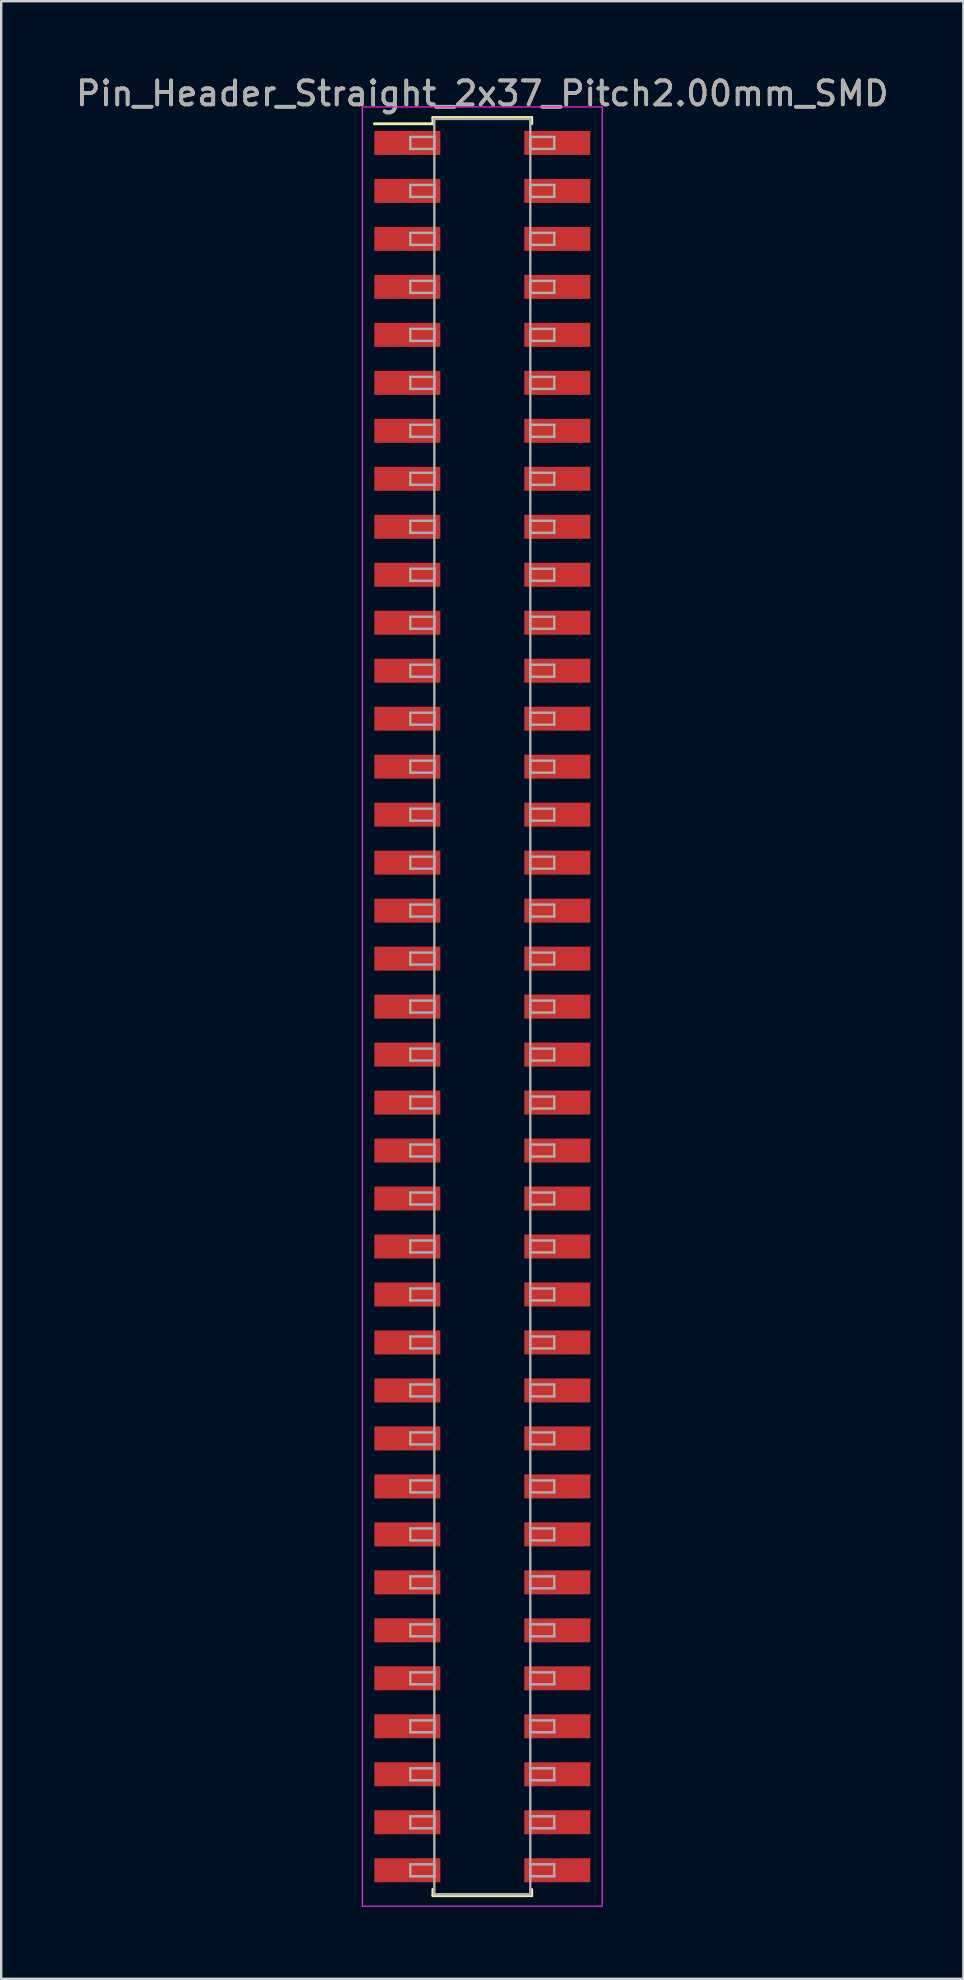
<source format=kicad_pcb>
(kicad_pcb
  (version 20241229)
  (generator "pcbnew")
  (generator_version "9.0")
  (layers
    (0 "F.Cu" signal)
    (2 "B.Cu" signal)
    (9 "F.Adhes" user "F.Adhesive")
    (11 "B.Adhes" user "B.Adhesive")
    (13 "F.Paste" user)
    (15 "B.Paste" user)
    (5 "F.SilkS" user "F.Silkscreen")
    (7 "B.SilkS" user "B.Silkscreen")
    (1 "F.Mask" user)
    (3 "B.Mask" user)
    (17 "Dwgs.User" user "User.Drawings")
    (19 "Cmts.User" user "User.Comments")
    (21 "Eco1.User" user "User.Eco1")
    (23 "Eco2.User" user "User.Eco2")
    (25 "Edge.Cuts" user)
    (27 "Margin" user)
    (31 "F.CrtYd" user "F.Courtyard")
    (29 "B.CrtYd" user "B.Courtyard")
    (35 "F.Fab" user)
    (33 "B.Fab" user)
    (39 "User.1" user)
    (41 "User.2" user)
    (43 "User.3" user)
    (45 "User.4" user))
  (footprint "Pin_Header_Straight_2x37_Pitch2.00mm_SMD"
    (layer "F.Cu")
    (at 17.054 38.908)
    (property "Reference" "Pin_Header_Straight_2x37_Pitch2.00mm_SMD" (at 0 -38.06 0) (layer "F.SilkS") (effects (font (size 1 1) (thickness 0.15))))
    (attr smd)
    (fp_line (start -4.5 -36.8) (end -2.06 -36.8) (stroke (width 0.12) (type solid)) (layer "F.SilkS"))
    (fp_line (start -2.06 -37.06) (end 2.06 -37.06) (stroke (width 0.12) (type solid)) (layer "F.SilkS"))
    (fp_line (start -2.06 -36.8) (end -2.06 -37.06) (stroke (width 0.12) (type solid)) (layer "F.SilkS"))
    (fp_line (start -2.06 36.8) (end -2.06 37.06) (stroke (width 0.12) (type solid)) (layer "F.SilkS"))
    (fp_line (start -2.06 37.06) (end 2.06 37.06) (stroke (width 0.12) (type solid)) (layer "F.SilkS"))
    (fp_line (start 2.06 -37.06) (end 2.06 -36.8) (stroke (width 0.12) (type solid)) (layer "F.SilkS"))
    (fp_line (start 2.06 37.06) (end 2.06 36.8) (stroke (width 0.12) (type solid)) (layer "F.SilkS"))
    (fp_line (start -5 -37.5) (end -5 37.5) (stroke (width 0.05) (type solid)) (layer "F.CrtYd"))
    (fp_line (start -5 37.5) (end 5 37.5) (stroke (width 0.05) (type solid)) (layer "F.CrtYd"))
    (fp_line (start 5 -37.5) (end -5 -37.5) (stroke (width 0.05) (type solid)) (layer "F.CrtYd"))
    (fp_line (start 5 37.5) (end 5 -37.5) (stroke (width 0.05) (type solid)) (layer "F.CrtYd"))
    (fp_line (start -3 -36.25) (end -2 -36.25) (stroke (width 0.1) (type solid)) (layer "F.Fab"))
    (fp_line (start -3 -35.75) (end -3 -36.25) (stroke (width 0.1) (type solid)) (layer "F.Fab"))
    (fp_line (start -3 -34.25) (end -2 -34.25) (stroke (width 0.1) (type solid)) (layer "F.Fab"))
    (fp_line (start -3 -33.75) (end -3 -34.25) (stroke (width 0.1) (type solid)) (layer "F.Fab"))
    (fp_line (start -3 -32.25) (end -2 -32.25) (stroke (width 0.1) (type solid)) (layer "F.Fab"))
    (fp_line (start -3 -31.75) (end -3 -32.25) (stroke (width 0.1) (type solid)) (layer "F.Fab"))
    (fp_line (start -3 -30.25) (end -2 -30.25) (stroke (width 0.1) (type solid)) (layer "F.Fab"))
    (fp_line (start -3 -29.75) (end -3 -30.25) (stroke (width 0.1) (type solid)) (layer "F.Fab"))
    (fp_line (start -3 -28.25) (end -2 -28.25) (stroke (width 0.1) (type solid)) (layer "F.Fab"))
    (fp_line (start -3 -27.75) (end -3 -28.25) (stroke (width 0.1) (type solid)) (layer "F.Fab"))
    (fp_line (start -3 -26.25) (end -2 -26.25) (stroke (width 0.1) (type solid)) (layer "F.Fab"))
    (fp_line (start -3 -25.75) (end -3 -26.25) (stroke (width 0.1) (type solid)) (layer "F.Fab"))
    (fp_line (start -3 -24.25) (end -2 -24.25) (stroke (width 0.1) (type solid)) (layer "F.Fab"))
    (fp_line (start -3 -23.75) (end -3 -24.25) (stroke (width 0.1) (type solid)) (layer "F.Fab"))
    (fp_line (start -3 -22.25) (end -2 -22.25) (stroke (width 0.1) (type solid)) (layer "F.Fab"))
    (fp_line (start -3 -21.75) (end -3 -22.25) (stroke (width 0.1) (type solid)) (layer "F.Fab"))
    (fp_line (start -3 -20.25) (end -2 -20.25) (stroke (width 0.1) (type solid)) (layer "F.Fab"))
    (fp_line (start -3 -19.75) (end -3 -20.25) (stroke (width 0.1) (type solid)) (layer "F.Fab"))
    (fp_line (start -3 -18.25) (end -2 -18.25) (stroke (width 0.1) (type solid)) (layer "F.Fab"))
    (fp_line (start -3 -17.75) (end -3 -18.25) (stroke (width 0.1) (type solid)) (layer "F.Fab"))
    (fp_line (start -3 -16.25) (end -2 -16.25) (stroke (width 0.1) (type solid)) (layer "F.Fab"))
    (fp_line (start -3 -15.75) (end -3 -16.25) (stroke (width 0.1) (type solid)) (layer "F.Fab"))
    (fp_line (start -3 -14.25) (end -2 -14.25) (stroke (width 0.1) (type solid)) (layer "F.Fab"))
    (fp_line (start -3 -13.75) (end -3 -14.25) (stroke (width 0.1) (type solid)) (layer "F.Fab"))
    (fp_line (start -3 -12.25) (end -2 -12.25) (stroke (width 0.1) (type solid)) (layer "F.Fab"))
    (fp_line (start -3 -11.75) (end -3 -12.25) (stroke (width 0.1) (type solid)) (layer "F.Fab"))
    (fp_line (start -3 -10.25) (end -2 -10.25) (stroke (width 0.1) (type solid)) (layer "F.Fab"))
    (fp_line (start -3 -9.75) (end -3 -10.25) (stroke (width 0.1) (type solid)) (layer "F.Fab"))
    (fp_line (start -3 -8.25) (end -2 -8.25) (stroke (width 0.1) (type solid)) (layer "F.Fab"))
    (fp_line (start -3 -7.75) (end -3 -8.25) (stroke (width 0.1) (type solid)) (layer "F.Fab"))
    (fp_line (start -3 -6.25) (end -2 -6.25) (stroke (width 0.1) (type solid)) (layer "F.Fab"))
    (fp_line (start -3 -5.75) (end -3 -6.25) (stroke (width 0.1) (type solid)) (layer "F.Fab"))
    (fp_line (start -3 -4.25) (end -2 -4.25) (stroke (width 0.1) (type solid)) (layer "F.Fab"))
    (fp_line (start -3 -3.75) (end -3 -4.25) (stroke (width 0.1) (type solid)) (layer "F.Fab"))
    (fp_line (start -3 -2.25) (end -2 -2.25) (stroke (width 0.1) (type solid)) (layer "F.Fab"))
    (fp_line (start -3 -1.75) (end -3 -2.25) (stroke (width 0.1) (type solid)) (layer "F.Fab"))
    (fp_line (start -3 -0.25) (end -2 -0.25) (stroke (width 0.1) (type solid)) (layer "F.Fab"))
    (fp_line (start -3 0.25) (end -3 -0.25) (stroke (width 0.1) (type solid)) (layer "F.Fab"))
    (fp_line (start -3 1.75) (end -2 1.75) (stroke (width 0.1) (type solid)) (layer "F.Fab"))
    (fp_line (start -3 2.25) (end -3 1.75) (stroke (width 0.1) (type solid)) (layer "F.Fab"))
    (fp_line (start -3 3.75) (end -2 3.75) (stroke (width 0.1) (type solid)) (layer "F.Fab"))
    (fp_line (start -3 4.25) (end -3 3.75) (stroke (width 0.1) (type solid)) (layer "F.Fab"))
    (fp_line (start -3 5.75) (end -2 5.75) (stroke (width 0.1) (type solid)) (layer "F.Fab"))
    (fp_line (start -3 6.25) (end -3 5.75) (stroke (width 0.1) (type solid)) (layer "F.Fab"))
    (fp_line (start -3 7.75) (end -2 7.75) (stroke (width 0.1) (type solid)) (layer "F.Fab"))
    (fp_line (start -3 8.25) (end -3 7.75) (stroke (width 0.1) (type solid)) (layer "F.Fab"))
    (fp_line (start -3 9.75) (end -2 9.75) (stroke (width 0.1) (type solid)) (layer "F.Fab"))
    (fp_line (start -3 10.25) (end -3 9.75) (stroke (width 0.1) (type solid)) (layer "F.Fab"))
    (fp_line (start -3 11.75) (end -2 11.75) (stroke (width 0.1) (type solid)) (layer "F.Fab"))
    (fp_line (start -3 12.25) (end -3 11.75) (stroke (width 0.1) (type solid)) (layer "F.Fab"))
    (fp_line (start -3 13.75) (end -2 13.75) (stroke (width 0.1) (type solid)) (layer "F.Fab"))
    (fp_line (start -3 14.25) (end -3 13.75) (stroke (width 0.1) (type solid)) (layer "F.Fab"))
    (fp_line (start -3 15.75) (end -2 15.75) (stroke (width 0.1) (type solid)) (layer "F.Fab"))
    (fp_line (start -3 16.25) (end -3 15.75) (stroke (width 0.1) (type solid)) (layer "F.Fab"))
    (fp_line (start -3 17.75) (end -2 17.75) (stroke (width 0.1) (type solid)) (layer "F.Fab"))
    (fp_line (start -3 18.25) (end -3 17.75) (stroke (width 0.1) (type solid)) (layer "F.Fab"))
    (fp_line (start -3 19.75) (end -2 19.75) (stroke (width 0.1) (type solid)) (layer "F.Fab"))
    (fp_line (start -3 20.25) (end -3 19.75) (stroke (width 0.1) (type solid)) (layer "F.Fab"))
    (fp_line (start -3 21.75) (end -2 21.75) (stroke (width 0.1) (type solid)) (layer "F.Fab"))
    (fp_line (start -3 22.25) (end -3 21.75) (stroke (width 0.1) (type solid)) (layer "F.Fab"))
    (fp_line (start -3 23.75) (end -2 23.75) (stroke (width 0.1) (type solid)) (layer "F.Fab"))
    (fp_line (start -3 24.25) (end -3 23.75) (stroke (width 0.1) (type solid)) (layer "F.Fab"))
    (fp_line (start -3 25.75) (end -2 25.75) (stroke (width 0.1) (type solid)) (layer "F.Fab"))
    (fp_line (start -3 26.25) (end -3 25.75) (stroke (width 0.1) (type solid)) (layer "F.Fab"))
    (fp_line (start -3 27.75) (end -2 27.75) (stroke (width 0.1) (type solid)) (layer "F.Fab"))
    (fp_line (start -3 28.25) (end -3 27.75) (stroke (width 0.1) (type solid)) (layer "F.Fab"))
    (fp_line (start -3 29.75) (end -2 29.75) (stroke (width 0.1) (type solid)) (layer "F.Fab"))
    (fp_line (start -3 30.25) (end -3 29.75) (stroke (width 0.1) (type solid)) (layer "F.Fab"))
    (fp_line (start -3 31.75) (end -2 31.75) (stroke (width 0.1) (type solid)) (layer "F.Fab"))
    (fp_line (start -3 32.25) (end -3 31.75) (stroke (width 0.1) (type solid)) (layer "F.Fab"))
    (fp_line (start -3 33.75) (end -2 33.75) (stroke (width 0.1) (type solid)) (layer "F.Fab"))
    (fp_line (start -3 34.25) (end -3 33.75) (stroke (width 0.1) (type solid)) (layer "F.Fab"))
    (fp_line (start -3 35.75) (end -2 35.75) (stroke (width 0.1) (type solid)) (layer "F.Fab"))
    (fp_line (start -3 36.25) (end -3 35.75) (stroke (width 0.1) (type solid)) (layer "F.Fab"))
    (fp_line (start -2 -37) (end -2 37) (stroke (width 0.1) (type solid)) (layer "F.Fab"))
    (fp_line (start -2 -36.25) (end -2 -35.75) (stroke (width 0.1) (type solid)) (layer "F.Fab"))
    (fp_line (start -2 -35.75) (end -3 -35.75) (stroke (width 0.1) (type solid)) (layer "F.Fab"))
    (fp_line (start -2 -34.25) (end -2 -33.75) (stroke (width 0.1) (type solid)) (layer "F.Fab"))
    (fp_line (start -2 -33.75) (end -3 -33.75) (stroke (width 0.1) (type solid)) (layer "F.Fab"))
    (fp_line (start -2 -32.25) (end -2 -31.75) (stroke (width 0.1) (type solid)) (layer "F.Fab"))
    (fp_line (start -2 -31.75) (end -3 -31.75) (stroke (width 0.1) (type solid)) (layer "F.Fab"))
    (fp_line (start -2 -30.25) (end -2 -29.75) (stroke (width 0.1) (type solid)) (layer "F.Fab"))
    (fp_line (start -2 -29.75) (end -3 -29.75) (stroke (width 0.1) (type solid)) (layer "F.Fab"))
    (fp_line (start -2 -28.25) (end -2 -27.75) (stroke (width 0.1) (type solid)) (layer "F.Fab"))
    (fp_line (start -2 -27.75) (end -3 -27.75) (stroke (width 0.1) (type solid)) (layer "F.Fab"))
    (fp_line (start -2 -26.25) (end -2 -25.75) (stroke (width 0.1) (type solid)) (layer "F.Fab"))
    (fp_line (start -2 -25.75) (end -3 -25.75) (stroke (width 0.1) (type solid)) (layer "F.Fab"))
    (fp_line (start -2 -24.25) (end -2 -23.75) (stroke (width 0.1) (type solid)) (layer "F.Fab"))
    (fp_line (start -2 -23.75) (end -3 -23.75) (stroke (width 0.1) (type solid)) (layer "F.Fab"))
    (fp_line (start -2 -22.25) (end -2 -21.75) (stroke (width 0.1) (type solid)) (layer "F.Fab"))
    (fp_line (start -2 -21.75) (end -3 -21.75) (stroke (width 0.1) (type solid)) (layer "F.Fab"))
    (fp_line (start -2 -20.25) (end -2 -19.75) (stroke (width 0.1) (type solid)) (layer "F.Fab"))
    (fp_line (start -2 -19.75) (end -3 -19.75) (stroke (width 0.1) (type solid)) (layer "F.Fab"))
    (fp_line (start -2 -18.25) (end -2 -17.75) (stroke (width 0.1) (type solid)) (layer "F.Fab"))
    (fp_line (start -2 -17.75) (end -3 -17.75) (stroke (width 0.1) (type solid)) (layer "F.Fab"))
    (fp_line (start -2 -16.25) (end -2 -15.75) (stroke (width 0.1) (type solid)) (layer "F.Fab"))
    (fp_line (start -2 -15.75) (end -3 -15.75) (stroke (width 0.1) (type solid)) (layer "F.Fab"))
    (fp_line (start -2 -14.25) (end -2 -13.75) (stroke (width 0.1) (type solid)) (layer "F.Fab"))
    (fp_line (start -2 -13.75) (end -3 -13.75) (stroke (width 0.1) (type solid)) (layer "F.Fab"))
    (fp_line (start -2 -12.25) (end -2 -11.75) (stroke (width 0.1) (type solid)) (layer "F.Fab"))
    (fp_line (start -2 -11.75) (end -3 -11.75) (stroke (width 0.1) (type solid)) (layer "F.Fab"))
    (fp_line (start -2 -10.25) (end -2 -9.75) (stroke (width 0.1) (type solid)) (layer "F.Fab"))
    (fp_line (start -2 -9.75) (end -3 -9.75) (stroke (width 0.1) (type solid)) (layer "F.Fab"))
    (fp_line (start -2 -8.25) (end -2 -7.75) (stroke (width 0.1) (type solid)) (layer "F.Fab"))
    (fp_line (start -2 -7.75) (end -3 -7.75) (stroke (width 0.1) (type solid)) (layer "F.Fab"))
    (fp_line (start -2 -6.25) (end -2 -5.75) (stroke (width 0.1) (type solid)) (layer "F.Fab"))
    (fp_line (start -2 -5.75) (end -3 -5.75) (stroke (width 0.1) (type solid)) (layer "F.Fab"))
    (fp_line (start -2 -4.25) (end -2 -3.75) (stroke (width 0.1) (type solid)) (layer "F.Fab"))
    (fp_line (start -2 -3.75) (end -3 -3.75) (stroke (width 0.1) (type solid)) (layer "F.Fab"))
    (fp_line (start -2 -2.25) (end -2 -1.75) (stroke (width 0.1) (type solid)) (layer "F.Fab"))
    (fp_line (start -2 -1.75) (end -3 -1.75) (stroke (width 0.1) (type solid)) (layer "F.Fab"))
    (fp_line (start -2 -0.25) (end -2 0.25) (stroke (width 0.1) (type solid)) (layer "F.Fab"))
    (fp_line (start -2 0.25) (end -3 0.25) (stroke (width 0.1) (type solid)) (layer "F.Fab"))
    (fp_line (start -2 1.75) (end -2 2.25) (stroke (width 0.1) (type solid)) (layer "F.Fab"))
    (fp_line (start -2 2.25) (end -3 2.25) (stroke (width 0.1) (type solid)) (layer "F.Fab"))
    (fp_line (start -2 3.75) (end -2 4.25) (stroke (width 0.1) (type solid)) (layer "F.Fab"))
    (fp_line (start -2 4.25) (end -3 4.25) (stroke (width 0.1) (type solid)) (layer "F.Fab"))
    (fp_line (start -2 5.75) (end -2 6.25) (stroke (width 0.1) (type solid)) (layer "F.Fab"))
    (fp_line (start -2 6.25) (end -3 6.25) (stroke (width 0.1) (type solid)) (layer "F.Fab"))
    (fp_line (start -2 7.75) (end -2 8.25) (stroke (width 0.1) (type solid)) (layer "F.Fab"))
    (fp_line (start -2 8.25) (end -3 8.25) (stroke (width 0.1) (type solid)) (layer "F.Fab"))
    (fp_line (start -2 9.75) (end -2 10.25) (stroke (width 0.1) (type solid)) (layer "F.Fab"))
    (fp_line (start -2 10.25) (end -3 10.25) (stroke (width 0.1) (type solid)) (layer "F.Fab"))
    (fp_line (start -2 11.75) (end -2 12.25) (stroke (width 0.1) (type solid)) (layer "F.Fab"))
    (fp_line (start -2 12.25) (end -3 12.25) (stroke (width 0.1) (type solid)) (layer "F.Fab"))
    (fp_line (start -2 13.75) (end -2 14.25) (stroke (width 0.1) (type solid)) (layer "F.Fab"))
    (fp_line (start -2 14.25) (end -3 14.25) (stroke (width 0.1) (type solid)) (layer "F.Fab"))
    (fp_line (start -2 15.75) (end -2 16.25) (stroke (width 0.1) (type solid)) (layer "F.Fab"))
    (fp_line (start -2 16.25) (end -3 16.25) (stroke (width 0.1) (type solid)) (layer "F.Fab"))
    (fp_line (start -2 17.75) (end -2 18.25) (stroke (width 0.1) (type solid)) (layer "F.Fab"))
    (fp_line (start -2 18.25) (end -3 18.25) (stroke (width 0.1) (type solid)) (layer "F.Fab"))
    (fp_line (start -2 19.75) (end -2 20.25) (stroke (width 0.1) (type solid)) (layer "F.Fab"))
    (fp_line (start -2 20.25) (end -3 20.25) (stroke (width 0.1) (type solid)) (layer "F.Fab"))
    (fp_line (start -2 21.75) (end -2 22.25) (stroke (width 0.1) (type solid)) (layer "F.Fab"))
    (fp_line (start -2 22.25) (end -3 22.25) (stroke (width 0.1) (type solid)) (layer "F.Fab"))
    (fp_line (start -2 23.75) (end -2 24.25) (stroke (width 0.1) (type solid)) (layer "F.Fab"))
    (fp_line (start -2 24.25) (end -3 24.25) (stroke (width 0.1) (type solid)) (layer "F.Fab"))
    (fp_line (start -2 25.75) (end -2 26.25) (stroke (width 0.1) (type solid)) (layer "F.Fab"))
    (fp_line (start -2 26.25) (end -3 26.25) (stroke (width 0.1) (type solid)) (layer "F.Fab"))
    (fp_line (start -2 27.75) (end -2 28.25) (stroke (width 0.1) (type solid)) (layer "F.Fab"))
    (fp_line (start -2 28.25) (end -3 28.25) (stroke (width 0.1) (type solid)) (layer "F.Fab"))
    (fp_line (start -2 29.75) (end -2 30.25) (stroke (width 0.1) (type solid)) (layer "F.Fab"))
    (fp_line (start -2 30.25) (end -3 30.25) (stroke (width 0.1) (type solid)) (layer "F.Fab"))
    (fp_line (start -2 31.75) (end -2 32.25) (stroke (width 0.1) (type solid)) (layer "F.Fab"))
    (fp_line (start -2 32.25) (end -3 32.25) (stroke (width 0.1) (type solid)) (layer "F.Fab"))
    (fp_line (start -2 33.75) (end -2 34.25) (stroke (width 0.1) (type solid)) (layer "F.Fab"))
    (fp_line (start -2 34.25) (end -3 34.25) (stroke (width 0.1) (type solid)) (layer "F.Fab"))
    (fp_line (start -2 35.75) (end -2 36.25) (stroke (width 0.1) (type solid)) (layer "F.Fab"))
    (fp_line (start -2 36.25) (end -3 36.25) (stroke (width 0.1) (type solid)) (layer "F.Fab"))
    (fp_line (start -2 37) (end 2 37) (stroke (width 0.1) (type solid)) (layer "F.Fab"))
    (fp_line (start 2 -37) (end -2 -37) (stroke (width 0.1) (type solid)) (layer "F.Fab"))
    (fp_line (start 2 -36.25) (end 2 -35.75) (stroke (width 0.1) (type solid)) (layer "F.Fab"))
    (fp_line (start 2 -35.75) (end 3 -35.75) (stroke (width 0.1) (type solid)) (layer "F.Fab"))
    (fp_line (start 2 -34.25) (end 2 -33.75) (stroke (width 0.1) (type solid)) (layer "F.Fab"))
    (fp_line (start 2 -33.75) (end 3 -33.75) (stroke (width 0.1) (type solid)) (layer "F.Fab"))
    (fp_line (start 2 -32.25) (end 2 -31.75) (stroke (width 0.1) (type solid)) (layer "F.Fab"))
    (fp_line (start 2 -31.75) (end 3 -31.75) (stroke (width 0.1) (type solid)) (layer "F.Fab"))
    (fp_line (start 2 -30.25) (end 2 -29.75) (stroke (width 0.1) (type solid)) (layer "F.Fab"))
    (fp_line (start 2 -29.75) (end 3 -29.75) (stroke (width 0.1) (type solid)) (layer "F.Fab"))
    (fp_line (start 2 -28.25) (end 2 -27.75) (stroke (width 0.1) (type solid)) (layer "F.Fab"))
    (fp_line (start 2 -27.75) (end 3 -27.75) (stroke (width 0.1) (type solid)) (layer "F.Fab"))
    (fp_line (start 2 -26.25) (end 2 -25.75) (stroke (width 0.1) (type solid)) (layer "F.Fab"))
    (fp_line (start 2 -25.75) (end 3 -25.75) (stroke (width 0.1) (type solid)) (layer "F.Fab"))
    (fp_line (start 2 -24.25) (end 2 -23.75) (stroke (width 0.1) (type solid)) (layer "F.Fab"))
    (fp_line (start 2 -23.75) (end 3 -23.75) (stroke (width 0.1) (type solid)) (layer "F.Fab"))
    (fp_line (start 2 -22.25) (end 2 -21.75) (stroke (width 0.1) (type solid)) (layer "F.Fab"))
    (fp_line (start 2 -21.75) (end 3 -21.75) (stroke (width 0.1) (type solid)) (layer "F.Fab"))
    (fp_line (start 2 -20.25) (end 2 -19.75) (stroke (width 0.1) (type solid)) (layer "F.Fab"))
    (fp_line (start 2 -19.75) (end 3 -19.75) (stroke (width 0.1) (type solid)) (layer "F.Fab"))
    (fp_line (start 2 -18.25) (end 2 -17.75) (stroke (width 0.1) (type solid)) (layer "F.Fab"))
    (fp_line (start 2 -17.75) (end 3 -17.75) (stroke (width 0.1) (type solid)) (layer "F.Fab"))
    (fp_line (start 2 -16.25) (end 2 -15.75) (stroke (width 0.1) (type solid)) (layer "F.Fab"))
    (fp_line (start 2 -15.75) (end 3 -15.75) (stroke (width 0.1) (type solid)) (layer "F.Fab"))
    (fp_line (start 2 -14.25) (end 2 -13.75) (stroke (width 0.1) (type solid)) (layer "F.Fab"))
    (fp_line (start 2 -13.75) (end 3 -13.75) (stroke (width 0.1) (type solid)) (layer "F.Fab"))
    (fp_line (start 2 -12.25) (end 2 -11.75) (stroke (width 0.1) (type solid)) (layer "F.Fab"))
    (fp_line (start 2 -11.75) (end 3 -11.75) (stroke (width 0.1) (type solid)) (layer "F.Fab"))
    (fp_line (start 2 -10.25) (end 2 -9.75) (stroke (width 0.1) (type solid)) (layer "F.Fab"))
    (fp_line (start 2 -9.75) (end 3 -9.75) (stroke (width 0.1) (type solid)) (layer "F.Fab"))
    (fp_line (start 2 -8.25) (end 2 -7.75) (stroke (width 0.1) (type solid)) (layer "F.Fab"))
    (fp_line (start 2 -7.75) (end 3 -7.75) (stroke (width 0.1) (type solid)) (layer "F.Fab"))
    (fp_line (start 2 -6.25) (end 2 -5.75) (stroke (width 0.1) (type solid)) (layer "F.Fab"))
    (fp_line (start 2 -5.75) (end 3 -5.75) (stroke (width 0.1) (type solid)) (layer "F.Fab"))
    (fp_line (start 2 -4.25) (end 2 -3.75) (stroke (width 0.1) (type solid)) (layer "F.Fab"))
    (fp_line (start 2 -3.75) (end 3 -3.75) (stroke (width 0.1) (type solid)) (layer "F.Fab"))
    (fp_line (start 2 -2.25) (end 2 -1.75) (stroke (width 0.1) (type solid)) (layer "F.Fab"))
    (fp_line (start 2 -1.75) (end 3 -1.75) (stroke (width 0.1) (type solid)) (layer "F.Fab"))
    (fp_line (start 2 -0.25) (end 2 0.25) (stroke (width 0.1) (type solid)) (layer "F.Fab"))
    (fp_line (start 2 0.25) (end 3 0.25) (stroke (width 0.1) (type solid)) (layer "F.Fab"))
    (fp_line (start 2 1.75) (end 2 2.25) (stroke (width 0.1) (type solid)) (layer "F.Fab"))
    (fp_line (start 2 2.25) (end 3 2.25) (stroke (width 0.1) (type solid)) (layer "F.Fab"))
    (fp_line (start 2 3.75) (end 2 4.25) (stroke (width 0.1) (type solid)) (layer "F.Fab"))
    (fp_line (start 2 4.25) (end 3 4.25) (stroke (width 0.1) (type solid)) (layer "F.Fab"))
    (fp_line (start 2 5.75) (end 2 6.25) (stroke (width 0.1) (type solid)) (layer "F.Fab"))
    (fp_line (start 2 6.25) (end 3 6.25) (stroke (width 0.1) (type solid)) (layer "F.Fab"))
    (fp_line (start 2 7.75) (end 2 8.25) (stroke (width 0.1) (type solid)) (layer "F.Fab"))
    (fp_line (start 2 8.25) (end 3 8.25) (stroke (width 0.1) (type solid)) (layer "F.Fab"))
    (fp_line (start 2 9.75) (end 2 10.25) (stroke (width 0.1) (type solid)) (layer "F.Fab"))
    (fp_line (start 2 10.25) (end 3 10.25) (stroke (width 0.1) (type solid)) (layer "F.Fab"))
    (fp_line (start 2 11.75) (end 2 12.25) (stroke (width 0.1) (type solid)) (layer "F.Fab"))
    (fp_line (start 2 12.25) (end 3 12.25) (stroke (width 0.1) (type solid)) (layer "F.Fab"))
    (fp_line (start 2 13.75) (end 2 14.25) (stroke (width 0.1) (type solid)) (layer "F.Fab"))
    (fp_line (start 2 14.25) (end 3 14.25) (stroke (width 0.1) (type solid)) (layer "F.Fab"))
    (fp_line (start 2 15.75) (end 2 16.25) (stroke (width 0.1) (type solid)) (layer "F.Fab"))
    (fp_line (start 2 16.25) (end 3 16.25) (stroke (width 0.1) (type solid)) (layer "F.Fab"))
    (fp_line (start 2 17.75) (end 2 18.25) (stroke (width 0.1) (type solid)) (layer "F.Fab"))
    (fp_line (start 2 18.25) (end 3 18.25) (stroke (width 0.1) (type solid)) (layer "F.Fab"))
    (fp_line (start 2 19.75) (end 2 20.25) (stroke (width 0.1) (type solid)) (layer "F.Fab"))
    (fp_line (start 2 20.25) (end 3 20.25) (stroke (width 0.1) (type solid)) (layer "F.Fab"))
    (fp_line (start 2 21.75) (end 2 22.25) (stroke (width 0.1) (type solid)) (layer "F.Fab"))
    (fp_line (start 2 22.25) (end 3 22.25) (stroke (width 0.1) (type solid)) (layer "F.Fab"))
    (fp_line (start 2 23.75) (end 2 24.25) (stroke (width 0.1) (type solid)) (layer "F.Fab"))
    (fp_line (start 2 24.25) (end 3 24.25) (stroke (width 0.1) (type solid)) (layer "F.Fab"))
    (fp_line (start 2 25.75) (end 2 26.25) (stroke (width 0.1) (type solid)) (layer "F.Fab"))
    (fp_line (start 2 26.25) (end 3 26.25) (stroke (width 0.1) (type solid)) (layer "F.Fab"))
    (fp_line (start 2 27.75) (end 2 28.25) (stroke (width 0.1) (type solid)) (layer "F.Fab"))
    (fp_line (start 2 28.25) (end 3 28.25) (stroke (width 0.1) (type solid)) (layer "F.Fab"))
    (fp_line (start 2 29.75) (end 2 30.25) (stroke (width 0.1) (type solid)) (layer "F.Fab"))
    (fp_line (start 2 30.25) (end 3 30.25) (stroke (width 0.1) (type solid)) (layer "F.Fab"))
    (fp_line (start 2 31.75) (end 2 32.25) (stroke (width 0.1) (type solid)) (layer "F.Fab"))
    (fp_line (start 2 32.25) (end 3 32.25) (stroke (width 0.1) (type solid)) (layer "F.Fab"))
    (fp_line (start 2 33.75) (end 2 34.25) (stroke (width 0.1) (type solid)) (layer "F.Fab"))
    (fp_line (start 2 34.25) (end 3 34.25) (stroke (width 0.1) (type solid)) (layer "F.Fab"))
    (fp_line (start 2 35.75) (end 2 36.25) (stroke (width 0.1) (type solid)) (layer "F.Fab"))
    (fp_line (start 2 36.25) (end 3 36.25) (stroke (width 0.1) (type solid)) (layer "F.Fab"))
    (fp_line (start 2 37) (end 2 -37) (stroke (width 0.1) (type solid)) (layer "F.Fab"))
    (fp_line (start 3 -36.25) (end 2 -36.25) (stroke (width 0.1) (type solid)) (layer "F.Fab"))
    (fp_line (start 3 -35.75) (end 3 -36.25) (stroke (width 0.1) (type solid)) (layer "F.Fab"))
    (fp_line (start 3 -34.25) (end 2 -34.25) (stroke (width 0.1) (type solid)) (layer "F.Fab"))
    (fp_line (start 3 -33.75) (end 3 -34.25) (stroke (width 0.1) (type solid)) (layer "F.Fab"))
    (fp_line (start 3 -32.25) (end 2 -32.25) (stroke (width 0.1) (type solid)) (layer "F.Fab"))
    (fp_line (start 3 -31.75) (end 3 -32.25) (stroke (width 0.1) (type solid)) (layer "F.Fab"))
    (fp_line (start 3 -30.25) (end 2 -30.25) (stroke (width 0.1) (type solid)) (layer "F.Fab"))
    (fp_line (start 3 -29.75) (end 3 -30.25) (stroke (width 0.1) (type solid)) (layer "F.Fab"))
    (fp_line (start 3 -28.25) (end 2 -28.25) (stroke (width 0.1) (type solid)) (layer "F.Fab"))
    (fp_line (start 3 -27.75) (end 3 -28.25) (stroke (width 0.1) (type solid)) (layer "F.Fab"))
    (fp_line (start 3 -26.25) (end 2 -26.25) (stroke (width 0.1) (type solid)) (layer "F.Fab"))
    (fp_line (start 3 -25.75) (end 3 -26.25) (stroke (width 0.1) (type solid)) (layer "F.Fab"))
    (fp_line (start 3 -24.25) (end 2 -24.25) (stroke (width 0.1) (type solid)) (layer "F.Fab"))
    (fp_line (start 3 -23.75) (end 3 -24.25) (stroke (width 0.1) (type solid)) (layer "F.Fab"))
    (fp_line (start 3 -22.25) (end 2 -22.25) (stroke (width 0.1) (type solid)) (layer "F.Fab"))
    (fp_line (start 3 -21.75) (end 3 -22.25) (stroke (width 0.1) (type solid)) (layer "F.Fab"))
    (fp_line (start 3 -20.25) (end 2 -20.25) (stroke (width 0.1) (type solid)) (layer "F.Fab"))
    (fp_line (start 3 -19.75) (end 3 -20.25) (stroke (width 0.1) (type solid)) (layer "F.Fab"))
    (fp_line (start 3 -18.25) (end 2 -18.25) (stroke (width 0.1) (type solid)) (layer "F.Fab"))
    (fp_line (start 3 -17.75) (end 3 -18.25) (stroke (width 0.1) (type solid)) (layer "F.Fab"))
    (fp_line (start 3 -16.25) (end 2 -16.25) (stroke (width 0.1) (type solid)) (layer "F.Fab"))
    (fp_line (start 3 -15.75) (end 3 -16.25) (stroke (width 0.1) (type solid)) (layer "F.Fab"))
    (fp_line (start 3 -14.25) (end 2 -14.25) (stroke (width 0.1) (type solid)) (layer "F.Fab"))
    (fp_line (start 3 -13.75) (end 3 -14.25) (stroke (width 0.1) (type solid)) (layer "F.Fab"))
    (fp_line (start 3 -12.25) (end 2 -12.25) (stroke (width 0.1) (type solid)) (layer "F.Fab"))
    (fp_line (start 3 -11.75) (end 3 -12.25) (stroke (width 0.1) (type solid)) (layer "F.Fab"))
    (fp_line (start 3 -10.25) (end 2 -10.25) (stroke (width 0.1) (type solid)) (layer "F.Fab"))
    (fp_line (start 3 -9.75) (end 3 -10.25) (stroke (width 0.1) (type solid)) (layer "F.Fab"))
    (fp_line (start 3 -8.25) (end 2 -8.25) (stroke (width 0.1) (type solid)) (layer "F.Fab"))
    (fp_line (start 3 -7.75) (end 3 -8.25) (stroke (width 0.1) (type solid)) (layer "F.Fab"))
    (fp_line (start 3 -6.25) (end 2 -6.25) (stroke (width 0.1) (type solid)) (layer "F.Fab"))
    (fp_line (start 3 -5.75) (end 3 -6.25) (stroke (width 0.1) (type solid)) (layer "F.Fab"))
    (fp_line (start 3 -4.25) (end 2 -4.25) (stroke (width 0.1) (type solid)) (layer "F.Fab"))
    (fp_line (start 3 -3.75) (end 3 -4.25) (stroke (width 0.1) (type solid)) (layer "F.Fab"))
    (fp_line (start 3 -2.25) (end 2 -2.25) (stroke (width 0.1) (type solid)) (layer "F.Fab"))
    (fp_line (start 3 -1.75) (end 3 -2.25) (stroke (width 0.1) (type solid)) (layer "F.Fab"))
    (fp_line (start 3 -0.25) (end 2 -0.25) (stroke (width 0.1) (type solid)) (layer "F.Fab"))
    (fp_line (start 3 0.25) (end 3 -0.25) (stroke (width 0.1) (type solid)) (layer "F.Fab"))
    (fp_line (start 3 1.75) (end 2 1.75) (stroke (width 0.1) (type solid)) (layer "F.Fab"))
    (fp_line (start 3 2.25) (end 3 1.75) (stroke (width 0.1) (type solid)) (layer "F.Fab"))
    (fp_line (start 3 3.75) (end 2 3.75) (stroke (width 0.1) (type solid)) (layer "F.Fab"))
    (fp_line (start 3 4.25) (end 3 3.75) (stroke (width 0.1) (type solid)) (layer "F.Fab"))
    (fp_line (start 3 5.75) (end 2 5.75) (stroke (width 0.1) (type solid)) (layer "F.Fab"))
    (fp_line (start 3 6.25) (end 3 5.75) (stroke (width 0.1) (type solid)) (layer "F.Fab"))
    (fp_line (start 3 7.75) (end 2 7.75) (stroke (width 0.1) (type solid)) (layer "F.Fab"))
    (fp_line (start 3 8.25) (end 3 7.75) (stroke (width 0.1) (type solid)) (layer "F.Fab"))
    (fp_line (start 3 9.75) (end 2 9.75) (stroke (width 0.1) (type solid)) (layer "F.Fab"))
    (fp_line (start 3 10.25) (end 3 9.75) (stroke (width 0.1) (type solid)) (layer "F.Fab"))
    (fp_line (start 3 11.75) (end 2 11.75) (stroke (width 0.1) (type solid)) (layer "F.Fab"))
    (fp_line (start 3 12.25) (end 3 11.75) (stroke (width 0.1) (type solid)) (layer "F.Fab"))
    (fp_line (start 3 13.75) (end 2 13.75) (stroke (width 0.1) (type solid)) (layer "F.Fab"))
    (fp_line (start 3 14.25) (end 3 13.75) (stroke (width 0.1) (type solid)) (layer "F.Fab"))
    (fp_line (start 3 15.75) (end 2 15.75) (stroke (width 0.1) (type solid)) (layer "F.Fab"))
    (fp_line (start 3 16.25) (end 3 15.75) (stroke (width 0.1) (type solid)) (layer "F.Fab"))
    (fp_line (start 3 17.75) (end 2 17.75) (stroke (width 0.1) (type solid)) (layer "F.Fab"))
    (fp_line (start 3 18.25) (end 3 17.75) (stroke (width 0.1) (type solid)) (layer "F.Fab"))
    (fp_line (start 3 19.75) (end 2 19.75) (stroke (width 0.1) (type solid)) (layer "F.Fab"))
    (fp_line (start 3 20.25) (end 3 19.75) (stroke (width 0.1) (type solid)) (layer "F.Fab"))
    (fp_line (start 3 21.75) (end 2 21.75) (stroke (width 0.1) (type solid)) (layer "F.Fab"))
    (fp_line (start 3 22.25) (end 3 21.75) (stroke (width 0.1) (type solid)) (layer "F.Fab"))
    (fp_line (start 3 23.75) (end 2 23.75) (stroke (width 0.1) (type solid)) (layer "F.Fab"))
    (fp_line (start 3 24.25) (end 3 23.75) (stroke (width 0.1) (type solid)) (layer "F.Fab"))
    (fp_line (start 3 25.75) (end 2 25.75) (stroke (width 0.1) (type solid)) (layer "F.Fab"))
    (fp_line (start 3 26.25) (end 3 25.75) (stroke (width 0.1) (type solid)) (layer "F.Fab"))
    (fp_line (start 3 27.75) (end 2 27.75) (stroke (width 0.1) (type solid)) (layer "F.Fab"))
    (fp_line (start 3 28.25) (end 3 27.75) (stroke (width 0.1) (type solid)) (layer "F.Fab"))
    (fp_line (start 3 29.75) (end 2 29.75) (stroke (width 0.1) (type solid)) (layer "F.Fab"))
    (fp_line (start 3 30.25) (end 3 29.75) (stroke (width 0.1) (type solid)) (layer "F.Fab"))
    (fp_line (start 3 31.75) (end 2 31.75) (stroke (width 0.1) (type solid)) (layer "F.Fab"))
    (fp_line (start 3 32.25) (end 3 31.75) (stroke (width 0.1) (type solid)) (layer "F.Fab"))
    (fp_line (start 3 33.75) (end 2 33.75) (stroke (width 0.1) (type solid)) (layer "F.Fab"))
    (fp_line (start 3 34.25) (end 3 33.75) (stroke (width 0.1) (type solid)) (layer "F.Fab"))
    (fp_line (start 3 35.75) (end 2 35.75) (stroke (width 0.1) (type solid)) (layer "F.Fab"))
    (fp_line (start 3 36.25) (end 3 35.75) (stroke (width 0.1) (type solid)) (layer "F.Fab"))
    (fp_text user "${REFERENCE}" (at 0 -38.06 0) (layer "F.Fab") (effects (font (size 1 1) (thickness 0.15))))
    (pad "1" smd rect (at -3.125 -36) (size 2.75 1) (layers "F.Cu" "F.Mask" "F.Paste"))
    (pad "2" smd rect (at 3.125 -36) (size 2.75 1) (layers "F.Cu" "F.Mask" "F.Paste"))
    (pad "3" smd rect (at -3.125 -34) (size 2.75 1) (layers "F.Cu" "F.Mask" "F.Paste"))
    (pad "4" smd rect (at 3.125 -34) (size 2.75 1) (layers "F.Cu" "F.Mask" "F.Paste"))
    (pad "5" smd rect (at -3.125 -32) (size 2.75 1) (layers "F.Cu" "F.Mask" "F.Paste"))
    (pad "6" smd rect (at 3.125 -32) (size 2.75 1) (layers "F.Cu" "F.Mask" "F.Paste"))
    (pad "7" smd rect (at -3.125 -30) (size 2.75 1) (layers "F.Cu" "F.Mask" "F.Paste"))
    (pad "8" smd rect (at 3.125 -30) (size 2.75 1) (layers "F.Cu" "F.Mask" "F.Paste"))
    (pad "9" smd rect (at -3.125 -28) (size 2.75 1) (layers "F.Cu" "F.Mask" "F.Paste"))
    (pad "10" smd rect (at 3.125 -28) (size 2.75 1) (layers "F.Cu" "F.Mask" "F.Paste"))
    (pad "11" smd rect (at -3.125 -26) (size 2.75 1) (layers "F.Cu" "F.Mask" "F.Paste"))
    (pad "12" smd rect (at 3.125 -26) (size 2.75 1) (layers "F.Cu" "F.Mask" "F.Paste"))
    (pad "13" smd rect (at -3.125 -24) (size 2.75 1) (layers "F.Cu" "F.Mask" "F.Paste"))
    (pad "14" smd rect (at 3.125 -24) (size 2.75 1) (layers "F.Cu" "F.Mask" "F.Paste"))
    (pad "15" smd rect (at -3.125 -22) (size 2.75 1) (layers "F.Cu" "F.Mask" "F.Paste"))
    (pad "16" smd rect (at 3.125 -22) (size 2.75 1) (layers "F.Cu" "F.Mask" "F.Paste"))
    (pad "17" smd rect (at -3.125 -20) (size 2.75 1) (layers "F.Cu" "F.Mask" "F.Paste"))
    (pad "18" smd rect (at 3.125 -20) (size 2.75 1) (layers "F.Cu" "F.Mask" "F.Paste"))
    (pad "19" smd rect (at -3.125 -18) (size 2.75 1) (layers "F.Cu" "F.Mask" "F.Paste"))
    (pad "20" smd rect (at 3.125 -18) (size 2.75 1) (layers "F.Cu" "F.Mask" "F.Paste"))
    (pad "21" smd rect (at -3.125 -16) (size 2.75 1) (layers "F.Cu" "F.Mask" "F.Paste"))
    (pad "22" smd rect (at 3.125 -16) (size 2.75 1) (layers "F.Cu" "F.Mask" "F.Paste"))
    (pad "23" smd rect (at -3.125 -14) (size 2.75 1) (layers "F.Cu" "F.Mask" "F.Paste"))
    (pad "24" smd rect (at 3.125 -14) (size 2.75 1) (layers "F.Cu" "F.Mask" "F.Paste"))
    (pad "25" smd rect (at -3.125 -12) (size 2.75 1) (layers "F.Cu" "F.Mask" "F.Paste"))
    (pad "26" smd rect (at 3.125 -12) (size 2.75 1) (layers "F.Cu" "F.Mask" "F.Paste"))
    (pad "27" smd rect (at -3.125 -10) (size 2.75 1) (layers "F.Cu" "F.Mask" "F.Paste"))
    (pad "28" smd rect (at 3.125 -10) (size 2.75 1) (layers "F.Cu" "F.Mask" "F.Paste"))
    (pad "29" smd rect (at -3.125 -8) (size 2.75 1) (layers "F.Cu" "F.Mask" "F.Paste"))
    (pad "30" smd rect (at 3.125 -8) (size 2.75 1) (layers "F.Cu" "F.Mask" "F.Paste"))
    (pad "31" smd rect (at -3.125 -6) (size 2.75 1) (layers "F.Cu" "F.Mask" "F.Paste"))
    (pad "32" smd rect (at 3.125 -6) (size 2.75 1) (layers "F.Cu" "F.Mask" "F.Paste"))
    (pad "33" smd rect (at -3.125 -4) (size 2.75 1) (layers "F.Cu" "F.Mask" "F.Paste"))
    (pad "34" smd rect (at 3.125 -4) (size 2.75 1) (layers "F.Cu" "F.Mask" "F.Paste"))
    (pad "35" smd rect (at -3.125 -2) (size 2.75 1) (layers "F.Cu" "F.Mask" "F.Paste"))
    (pad "36" smd rect (at 3.125 -2) (size 2.75 1) (layers "F.Cu" "F.Mask" "F.Paste"))
    (pad "37" smd rect (at -3.125 0) (size 2.75 1) (layers "F.Cu" "F.Mask" "F.Paste"))
    (pad "38" smd rect (at 3.125 0) (size 2.75 1) (layers "F.Cu" "F.Mask" "F.Paste"))
    (pad "39" smd rect (at -3.125 2) (size 2.75 1) (layers "F.Cu" "F.Mask" "F.Paste"))
    (pad "40" smd rect (at 3.125 2) (size 2.75 1) (layers "F.Cu" "F.Mask" "F.Paste"))
    (pad "41" smd rect (at -3.125 4) (size 2.75 1) (layers "F.Cu" "F.Mask" "F.Paste"))
    (pad "42" smd rect (at 3.125 4) (size 2.75 1) (layers "F.Cu" "F.Mask" "F.Paste"))
    (pad "43" smd rect (at -3.125 6) (size 2.75 1) (layers "F.Cu" "F.Mask" "F.Paste"))
    (pad "44" smd rect (at 3.125 6) (size 2.75 1) (layers "F.Cu" "F.Mask" "F.Paste"))
    (pad "45" smd rect (at -3.125 8) (size 2.75 1) (layers "F.Cu" "F.Mask" "F.Paste"))
    (pad "46" smd rect (at 3.125 8) (size 2.75 1) (layers "F.Cu" "F.Mask" "F.Paste"))
    (pad "47" smd rect (at -3.125 10) (size 2.75 1) (layers "F.Cu" "F.Mask" "F.Paste"))
    (pad "48" smd rect (at 3.125 10) (size 2.75 1) (layers "F.Cu" "F.Mask" "F.Paste"))
    (pad "49" smd rect (at -3.125 12) (size 2.75 1) (layers "F.Cu" "F.Mask" "F.Paste"))
    (pad "50" smd rect (at 3.125 12) (size 2.75 1) (layers "F.Cu" "F.Mask" "F.Paste"))
    (pad "51" smd rect (at -3.125 14) (size 2.75 1) (layers "F.Cu" "F.Mask" "F.Paste"))
    (pad "52" smd rect (at 3.125 14) (size 2.75 1) (layers "F.Cu" "F.Mask" "F.Paste"))
    (pad "53" smd rect (at -3.125 16) (size 2.75 1) (layers "F.Cu" "F.Mask" "F.Paste"))
    (pad "54" smd rect (at 3.125 16) (size 2.75 1) (layers "F.Cu" "F.Mask" "F.Paste"))
    (pad "55" smd rect (at -3.125 18) (size 2.75 1) (layers "F.Cu" "F.Mask" "F.Paste"))
    (pad "56" smd rect (at 3.125 18) (size 2.75 1) (layers "F.Cu" "F.Mask" "F.Paste"))
    (pad "57" smd rect (at -3.125 20) (size 2.75 1) (layers "F.Cu" "F.Mask" "F.Paste"))
    (pad "58" smd rect (at 3.125 20) (size 2.75 1) (layers "F.Cu" "F.Mask" "F.Paste"))
    (pad "59" smd rect (at -3.125 22) (size 2.75 1) (layers "F.Cu" "F.Mask" "F.Paste"))
    (pad "60" smd rect (at 3.125 22) (size 2.75 1) (layers "F.Cu" "F.Mask" "F.Paste"))
    (pad "61" smd rect (at -3.125 24) (size 2.75 1) (layers "F.Cu" "F.Mask" "F.Paste"))
    (pad "62" smd rect (at 3.125 24) (size 2.75 1) (layers "F.Cu" "F.Mask" "F.Paste"))
    (pad "63" smd rect (at -3.125 26) (size 2.75 1) (layers "F.Cu" "F.Mask" "F.Paste"))
    (pad "64" smd rect (at 3.125 26) (size 2.75 1) (layers "F.Cu" "F.Mask" "F.Paste"))
    (pad "65" smd rect (at -3.125 28) (size 2.75 1) (layers "F.Cu" "F.Mask" "F.Paste"))
    (pad "66" smd rect (at 3.125 28) (size 2.75 1) (layers "F.Cu" "F.Mask" "F.Paste"))
    (pad "67" smd rect (at -3.125 30) (size 2.75 1) (layers "F.Cu" "F.Mask" "F.Paste"))
    (pad "68" smd rect (at 3.125 30) (size 2.75 1) (layers "F.Cu" "F.Mask" "F.Paste"))
    (pad "69" smd rect (at -3.125 32) (size 2.75 1) (layers "F.Cu" "F.Mask" "F.Paste"))
    (pad "70" smd rect (at 3.125 32) (size 2.75 1) (layers "F.Cu" "F.Mask" "F.Paste"))
    (pad "71" smd rect (at -3.125 34) (size 2.75 1) (layers "F.Cu" "F.Mask" "F.Paste"))
    (pad "72" smd rect (at 3.125 34) (size 2.75 1) (layers "F.Cu" "F.Mask" "F.Paste"))
    (pad "73" smd rect (at -3.125 36) (size 2.75 1) (layers "F.Cu" "F.Mask" "F.Paste"))
    (pad "74" smd rect (at 3.125 36) (size 2.75 1) (layers "F.Cu" "F.Mask" "F.Paste")))
  (gr_rect
    (start -3 -3)
    (end 37.107 79.433)
    (stroke (width 0.1) (type default))
    (fill no)
    (layer "Edge.Cuts")))
</source>
